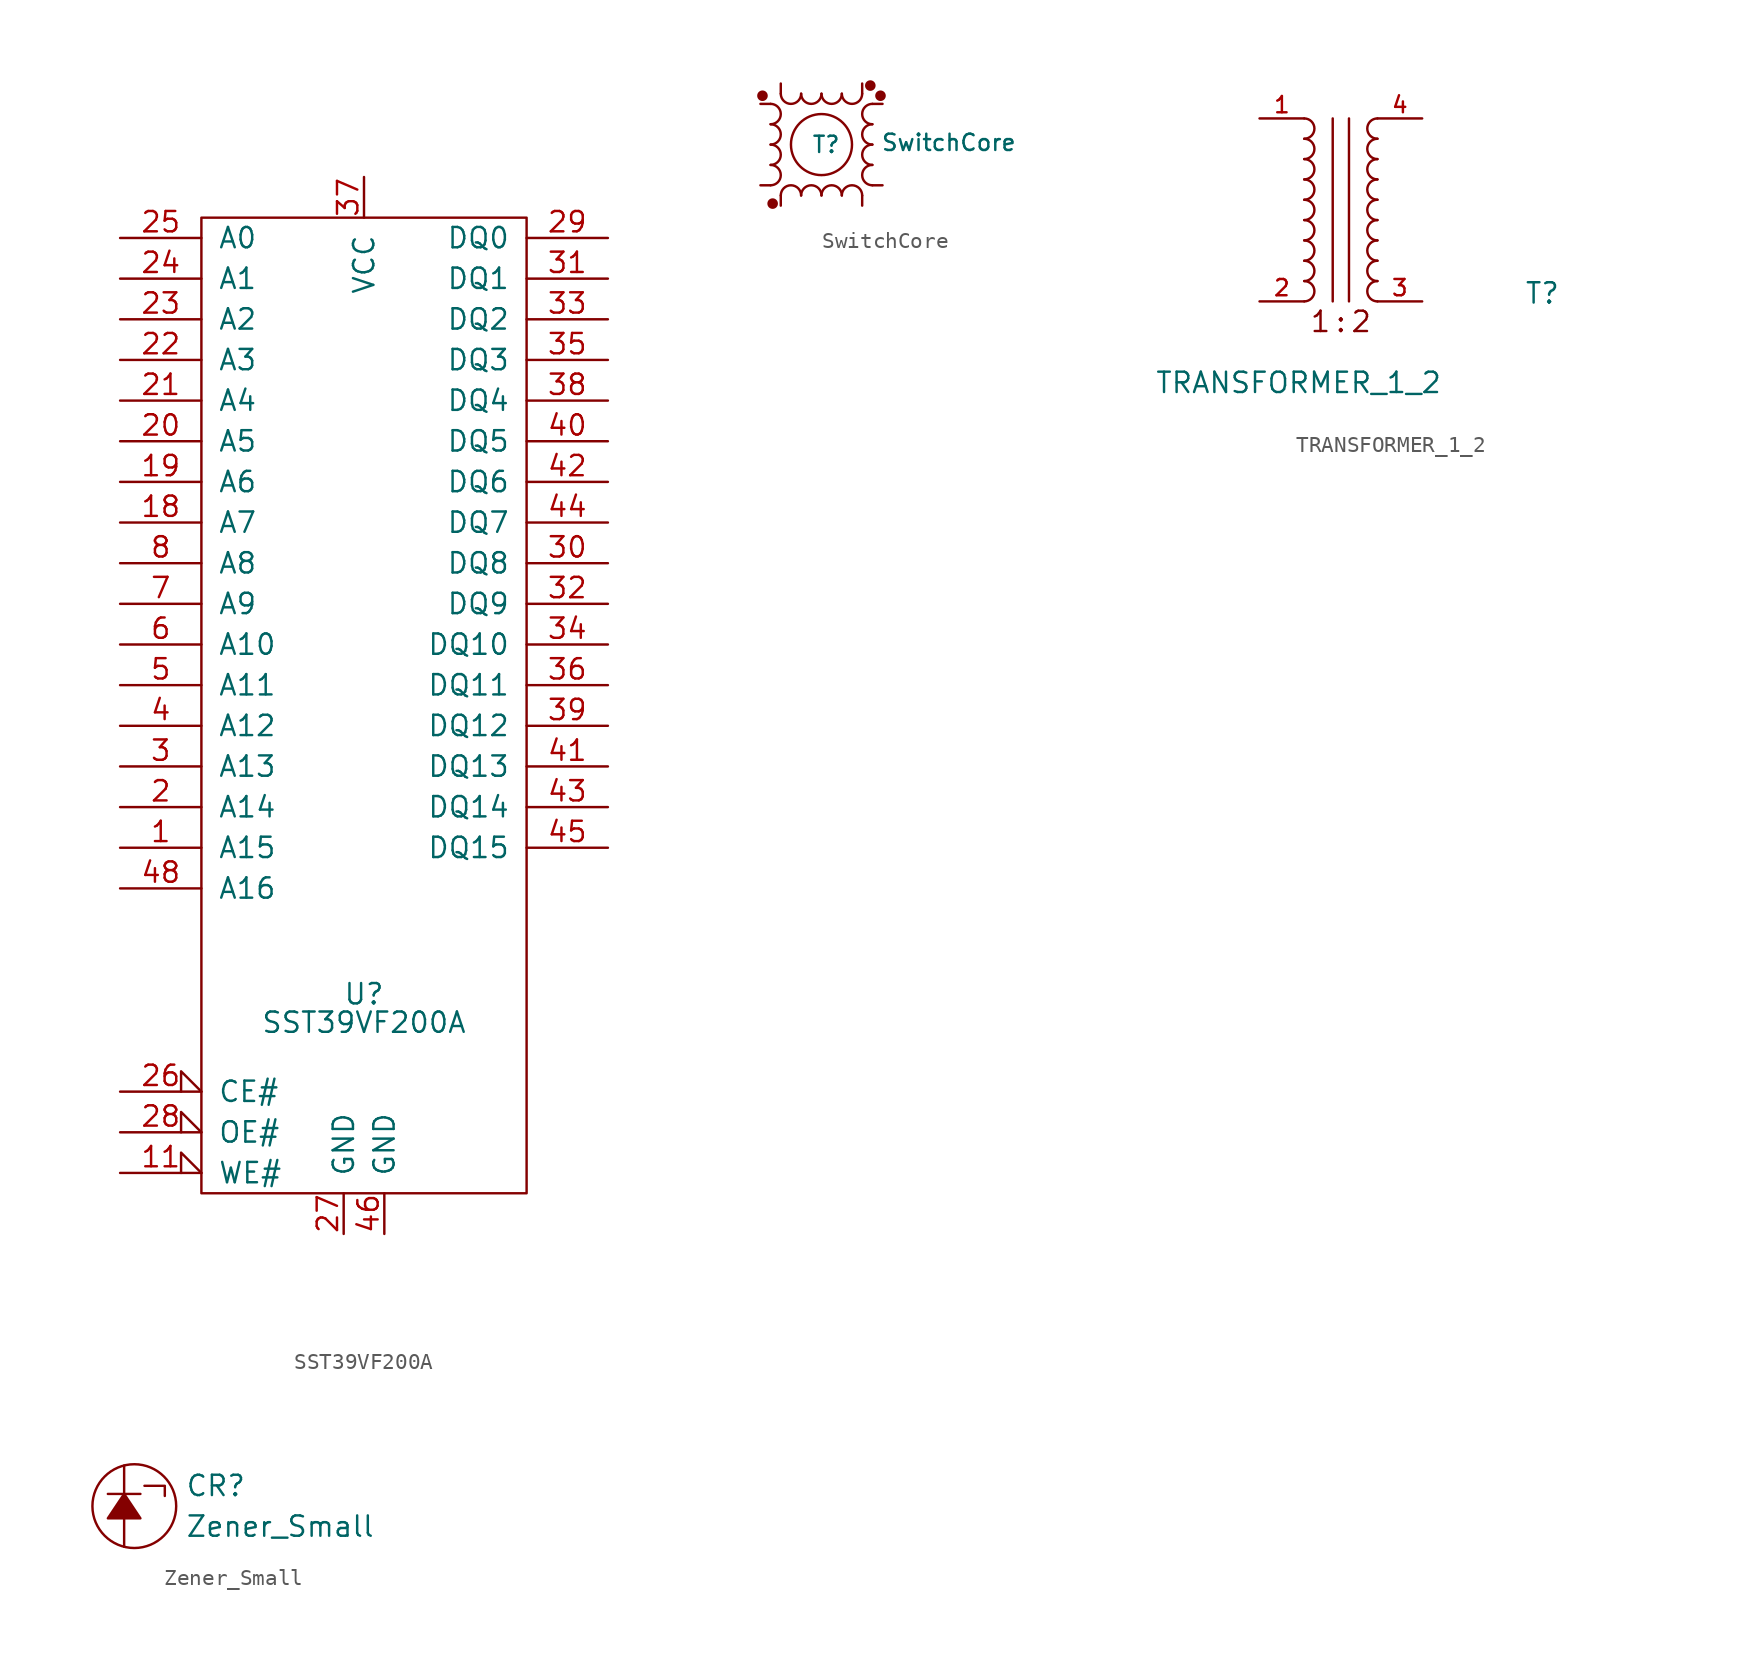
<source format=kicad_sym>
(kicad_symbol_lib
  (version 20211014)
  (generator kicad_symbol_editor)
  (symbol "SST39VF200A"
    (pin_names
      (offset 1.016))
    (property "Reference" "U"
      (at 0 -16.764 0)
      (effects (font (size 1.27 1.27))))
    (property "Value" "SST39VF200A"
      (at 0 -18.542 0)
      (effects (font (size 1.27 1.27))))
    (property "Footprint" ""
      (at 0 7.62 0)
      (effects (font (size 1.524 1.524))))
    (property "Datasheet" ""
      (at 0 7.62 0)
      (effects (font (size 1.524 1.524))))
    (symbol "SST39VF200A_0_0"
      (pin power_in line (at -1.27 -31.75 90) (length 2.54) (name "GND" (effects (font (size 1.27 1.27)))) (number "27" (effects (font (size 1.27 1.27)))))
      (pin power_in line (at 0 34.29 270) (length 2.54) (name "VCC" (effects (font (size 1.27 1.27)))) (number "37" (effects (font (size 1.27 1.27)))))
      (pin power_in line (at 1.27 -31.75 90) (length 2.54) (name "GND" (effects (font (size 1.27 1.27)))) (number "46" (effects (font (size 1.27 1.27))))))
    (symbol "SST39VF200A_0_1"
      (rectangle (start -10.16 31.75) (end 10.16 -29.21) (stroke (width 0) (type default) (color 0 0 0 0)) (fill (type none))))
    (symbol "SST39VF200A_1_1"
      (pin input line (at -15.24 -7.62 0) (length 5.08) (name "A15" (effects (font (size 1.27 1.27)))) (number "1" (effects (font (size 1.27 1.27)))))
      (pin no_connect line (at 10.16 -12.065 180) (length 0) hide (name "NC" (effects (font (size 1.27 1.27)))) (number "10" (effects (font (size 1.27 1.27)))))
      (pin input input_low (at -15.24 -27.94 0) (length 5.08) (name "WE#" (effects (font (size 1.27 1.27)))) (number "11" (effects (font (size 1.27 1.27)))))
      (pin no_connect line (at 10.16 -13.97 180) (length 0) hide (name "NC" (effects (font (size 1.27 1.27)))) (number "12" (effects (font (size 1.27 1.27)))))
      (pin no_connect line (at 10.16 -15.875 180) (length 0) hide (name "NC" (effects (font (size 1.27 1.27)))) (number "13" (effects (font (size 1.27 1.27)))))
      (pin no_connect line (at 10.16 -17.78 180) (length 0) hide (name "NC" (effects (font (size 1.27 1.27)))) (number "14" (effects (font (size 1.27 1.27)))))
      (pin no_connect line (at 10.16 -19.685 180) (length 0) hide (name "NC" (effects (font (size 1.27 1.27)))) (number "15" (effects (font (size 1.27 1.27)))))
      (pin no_connect line (at 10.16 -21.59 180) (length 0) hide (name "NC" (effects (font (size 1.27 1.27)))) (number "16" (effects (font (size 1.27 1.27)))))
      (pin no_connect line (at 10.16 -23.495 180) (length 0) hide (name "NC" (effects (font (size 1.27 1.27)))) (number "17" (effects (font (size 1.27 1.27)))))
      (pin input line (at -15.24 12.7 0) (length 5.08) (name "A7" (effects (font (size 1.27 1.27)))) (number "18" (effects (font (size 1.27 1.27)))))
      (pin input line (at -15.24 15.24 0) (length 5.08) (name "A6" (effects (font (size 1.27 1.27)))) (number "19" (effects (font (size 1.27 1.27)))))
      (pin input line (at -15.24 -5.08 0) (length 5.08) (name "A14" (effects (font (size 1.27 1.27)))) (number "2" (effects (font (size 1.27 1.27)))))
      (pin input line (at -15.24 17.78 0) (length 5.08) (name "A5" (effects (font (size 1.27 1.27)))) (number "20" (effects (font (size 1.27 1.27)))))
      (pin input line (at -15.24 20.32 0) (length 5.08) (name "A4" (effects (font (size 1.27 1.27)))) (number "21" (effects (font (size 1.27 1.27)))))
      (pin input line (at -15.24 22.86 0) (length 5.08) (name "A3" (effects (font (size 1.27 1.27)))) (number "22" (effects (font (size 1.27 1.27)))))
      (pin input line (at -15.24 25.4 0) (length 5.08) (name "A2" (effects (font (size 1.27 1.27)))) (number "23" (effects (font (size 1.27 1.27)))))
      (pin input line (at -15.24 27.94 0) (length 5.08) (name "A1" (effects (font (size 1.27 1.27)))) (number "24" (effects (font (size 1.27 1.27)))))
      (pin input line (at -15.24 30.48 0) (length 5.08) (name "A0" (effects (font (size 1.27 1.27)))) (number "25" (effects (font (size 1.27 1.27)))))
      (pin input input_low (at -15.24 -22.86 0) (length 5.08) (name "CE#" (effects (font (size 1.27 1.27)))) (number "26" (effects (font (size 1.27 1.27)))))
      (pin input input_low (at -15.24 -25.4 0) (length 5.08) (name "OE#" (effects (font (size 1.27 1.27)))) (number "28" (effects (font (size 1.27 1.27)))))
      (pin tri_state line (at 15.24 30.48 180) (length 5.08) (name "DQ0" (effects (font (size 1.27 1.27)))) (number "29" (effects (font (size 1.27 1.27)))))
      (pin input line (at -15.24 -2.54 0) (length 5.08) (name "A13" (effects (font (size 1.27 1.27)))) (number "3" (effects (font (size 1.27 1.27)))))
      (pin tri_state line (at 15.24 10.16 180) (length 5.08) (name "DQ8" (effects (font (size 1.27 1.27)))) (number "30" (effects (font (size 1.27 1.27)))))
      (pin tri_state line (at 15.24 27.94 180) (length 5.08) (name "DQ1" (effects (font (size 1.27 1.27)))) (number "31" (effects (font (size 1.27 1.27)))))
      (pin tri_state line (at 15.24 7.62 180) (length 5.08) (name "DQ9" (effects (font (size 1.27 1.27)))) (number "32" (effects (font (size 1.27 1.27)))))
      (pin tri_state line (at 15.24 25.4 180) (length 5.08) (name "DQ2" (effects (font (size 1.27 1.27)))) (number "33" (effects (font (size 1.27 1.27)))))
      (pin tri_state line (at 15.24 5.08 180) (length 5.08) (name "DQ10" (effects (font (size 1.27 1.27)))) (number "34" (effects (font (size 1.27 1.27)))))
      (pin tri_state line (at 15.24 22.86 180) (length 5.08) (name "DQ3" (effects (font (size 1.27 1.27)))) (number "35" (effects (font (size 1.27 1.27)))))
      (pin tri_state line (at 15.24 2.54 180) (length 5.08) (name "DQ11" (effects (font (size 1.27 1.27)))) (number "36" (effects (font (size 1.27 1.27)))))
      (pin tri_state line (at 15.24 20.32 180) (length 5.08) (name "DQ4" (effects (font (size 1.27 1.27)))) (number "38" (effects (font (size 1.27 1.27)))))
      (pin tri_state line (at 15.24 0 180) (length 5.08) (name "DQ12" (effects (font (size 1.27 1.27)))) (number "39" (effects (font (size 1.27 1.27)))))
      (pin input line (at -15.24 0 0) (length 5.08) (name "A12" (effects (font (size 1.27 1.27)))) (number "4" (effects (font (size 1.27 1.27)))))
      (pin tri_state line (at 15.24 17.78 180) (length 5.08) (name "DQ5" (effects (font (size 1.27 1.27)))) (number "40" (effects (font (size 1.27 1.27)))))
      (pin tri_state line (at 15.24 -2.54 180) (length 5.08) (name "DQ13" (effects (font (size 1.27 1.27)))) (number "41" (effects (font (size 1.27 1.27)))))
      (pin tri_state line (at 15.24 15.24 180) (length 5.08) (name "DQ6" (effects (font (size 1.27 1.27)))) (number "42" (effects (font (size 1.27 1.27)))))
      (pin tri_state line (at 15.24 -5.08 180) (length 5.08) (name "DQ14" (effects (font (size 1.27 1.27)))) (number "43" (effects (font (size 1.27 1.27)))))
      (pin tri_state line (at 15.24 12.7 180) (length 5.08) (name "DQ7" (effects (font (size 1.27 1.27)))) (number "44" (effects (font (size 1.27 1.27)))))
      (pin tri_state line (at 15.24 -7.62 180) (length 5.08) (name "DQ15" (effects (font (size 1.27 1.27)))) (number "45" (effects (font (size 1.27 1.27)))))
      (pin no_connect line (at 10.16 -25.4 180) (length 0) hide (name "NC" (effects (font (size 1.27 1.27)))) (number "47" (effects (font (size 1.27 1.27)))))
      (pin input line (at -15.24 -10.16 0) (length 5.08) (name "A16" (effects (font (size 1.27 1.27)))) (number "48" (effects (font (size 1.27 1.27)))))
      (pin input line (at -15.24 2.54 0) (length 5.08) (name "A11" (effects (font (size 1.27 1.27)))) (number "5" (effects (font (size 1.27 1.27)))))
      (pin input line (at -15.24 5.08 0) (length 5.08) (name "A10" (effects (font (size 1.27 1.27)))) (number "6" (effects (font (size 1.27 1.27)))))
      (pin input line (at -15.24 7.62 0) (length 5.08) (name "A9" (effects (font (size 1.27 1.27)))) (number "7" (effects (font (size 1.27 1.27)))))
      (pin input line (at -15.24 10.16 0) (length 5.08) (name "A8" (effects (font (size 1.27 1.27)))) (number "8" (effects (font (size 1.27 1.27)))))
      (pin no_connect line (at 10.16 -10.16 180) (length 0) hide (name "NC" (effects (font (size 1.27 1.27)))) (number "9" (effects (font (size 1.27 1.27)))))))
  (symbol "SwitchCore"
    (pin_numbers hide)
    (pin_names
      (offset 0.254) hide)
    (property "Reference" "T"
      (at -0.635 0 0)
      (effects (font (size 1.016 1.016)) (justify left)))
    (property "Value" "SwitchCore"
      (at 3.683 0.127 0)
      (effects (font (size 1.016 1.016)) (justify left)))
    (property "Footprint" ""
      (at 0 -1.27 90)
      (effects (font (size 1.524 1.524))))
    (property "Datasheet" ""
      (at 0 -1.27 90)
      (effects (font (size 1.524 1.524))))
    (symbol "SwitchCore_0_1"
      (circle (center -3.683 3.048) (radius 0.254) (stroke (width 0) (type default) (color 0 0 0 0)) (fill (type outline)))
      (arc (start -3.175 -2.54) (mid -2.54 -1.905) (end -3.175 -1.27) (stroke (width 0) (type default) (color 0 0 0 0)) (fill (type none)))
      (arc (start -3.175 -1.27) (mid -2.54 -0.635) (end -3.175 0) (stroke (width 0) (type default) (color 0 0 0 0)) (fill (type none)))
      (arc (start -3.175 0) (mid -2.54 0.635) (end -3.175 1.27) (stroke (width 0) (type default) (color 0 0 0 0)) (fill (type none)))
      (arc (start -3.175 1.27) (mid -2.54 1.905) (end -3.175 2.54) (stroke (width 0) (type default) (color 0 0 0 0)) (fill (type none)))
      (circle (center -3.048 -3.683) (radius 0.254) (stroke (width 0) (type default) (color 0 0 0 0)) (fill (type outline)))
      (arc (start -2.54 3.175) (mid -1.905 2.54) (end -1.27 3.175) (stroke (width 0) (type default) (color 0 0 0 0)) (fill (type none)))
      (arc (start -1.27 -3.175) (mid -1.905 -2.54) (end -2.54 -3.175) (stroke (width 0) (type default) (color 0 0 0 0)) (fill (type none)))
      (arc (start -1.27 3.175) (mid -0.635 2.54) (end 0 3.175) (stroke (width 0) (type default) (color 0 0 0 0)) (fill (type none)))
      (arc (start 0 -3.175) (mid -0.635 -2.54) (end -1.27 -3.175) (stroke (width 0) (type default) (color 0 0 0 0)) (fill (type none)))
      (circle (center 0 0) (radius 1.905) (stroke (width 0) (type default) (color 0 0 0 0)) (fill (type none)))
      (arc (start 0 3.175) (mid 0.635 2.54) (end 1.27 3.175) (stroke (width 0) (type default) (color 0 0 0 0)) (fill (type none)))
      (arc (start 1.27 -3.175) (mid 0.635 -2.54) (end 0 -3.175) (stroke (width 0) (type default) (color 0 0 0 0)) (fill (type none)))
      (arc (start 1.27 3.175) (mid 1.905 2.54) (end 2.54 3.175) (stroke (width 0) (type default) (color 0 0 0 0)) (fill (type none)))
      (arc (start 2.54 -3.175) (mid 1.905 -2.54) (end 1.27 -3.175) (stroke (width 0) (type default) (color 0 0 0 0)) (fill (type none)))
      (circle (center 3.048 3.683) (radius 0.254) (stroke (width 0) (type default) (color 0 0 0 0)) (fill (type outline)))
      (arc (start 3.175 -1.27) (mid 2.54 -1.905) (end 3.175 -2.54) (stroke (width 0) (type default) (color 0 0 0 0)) (fill (type none)))
      (arc (start 3.175 0) (mid 2.54 -0.635) (end 3.175 -1.27) (stroke (width 0) (type default) (color 0 0 0 0)) (fill (type none)))
      (arc (start 3.175 1.27) (mid 2.54 0.635) (end 3.175 0) (stroke (width 0) (type default) (color 0 0 0 0)) (fill (type none)))
      (arc (start 3.175 2.54) (mid 2.54 1.905) (end 3.175 1.27) (stroke (width 0) (type default) (color 0 0 0 0)) (fill (type none)))
      (circle (center 3.683 3.048) (radius 0.254) (stroke (width 0) (type default) (color 0 0 0 0)) (fill (type outline))))
    (symbol "SwitchCore_1_1"
      (pin passive line (at -3.81 -2.54 0) (length 0.635) (name "~" (effects (font (size 1.016 1.016)))) (number "1" (effects (font (size 1.016 1.016)))))
      (pin passive line (at -3.81 2.54 0) (length 0.635) (name "~" (effects (font (size 1.016 1.016)))) (number "2" (effects (font (size 1.016 1.016)))))
      (pin passive line (at -2.54 3.81 270) (length 0.635) (name "~" (effects (font (size 1.016 1.016)))) (number "3" (effects (font (size 1.016 1.016)))))
      (pin passive line (at 2.54 3.81 270) (length 0.635) (name "~" (effects (font (size 1.016 1.016)))) (number "4" (effects (font (size 1.016 1.016)))))
      (pin passive line (at 3.81 2.54 180) (length 0.635) (name "~" (effects (font (size 1.016 1.016)))) (number "5" (effects (font (size 1.016 1.016)))))
      (pin passive line (at 3.81 -2.54 180) (length 0.635) (name "~" (effects (font (size 1.016 1.016)))) (number "6" (effects (font (size 1.016 1.016)))))
      (pin passive line (at 2.54 -3.81 90) (length 0.635) (name "~" (effects (font (size 1.016 1.016)))) (number "7" (effects (font (size 1.016 1.016)))))
      (pin passive line (at -2.54 -3.81 90) (length 0.635) (name "~" (effects (font (size 1.016 1.016)))) (number "8" (effects (font (size 1.016 1.016)))))))
  (symbol "TRANSFORMER_1_2"
    (pin_names
      (offset 0) hide)
    (property "Reference" "T"
      (at 13.716 -5.842 0)
      (effects (font (size 1.27 1.27)) (justify right)))
    (property "Value" "TRANSFORMER_1_2"
      (at 6.35 -11.43 0)
      (effects (font (size 1.27 1.27)) (justify right)))
    (property "Footprint" ""
      (at 17.78 -1.27 0)
      (effects (font (size 0.737 0.737))))
    (property "Datasheet" ""
      (at 2.286 0 0)
      (effects (font (size 1.524 1.524))))
    (symbol "TRANSFORMER_1_2_0_0"
      (arc (start -2.286 -6.35) (mid -1.651 -5.715) (end -2.286 -5.08) (stroke (width 0) (type default) (color 0 0 0 0)) (fill (type none)))
      (arc (start -2.286 -5.08) (mid -1.651 -4.445) (end -2.286 -3.81) (stroke (width 0) (type default) (color 0 0 0 0)) (fill (type none)))
      (arc (start -2.286 -3.81) (mid -1.651 -3.175) (end -2.286 -2.54) (stroke (width 0) (type default) (color 0 0 0 0)) (fill (type none)))
      (arc (start -2.286 -2.54) (mid -1.651 -1.905) (end -2.286 -1.27) (stroke (width 0) (type default) (color 0 0 0 0)) (fill (type none)))
      (arc (start -2.286 -1.27) (mid -1.651 -0.635) (end -2.286 0) (stroke (width 0) (type default) (color 0 0 0 0)) (fill (type none)))
      (arc (start -2.286 0) (mid -1.651 0.635) (end -2.286 1.27) (stroke (width 0) (type default) (color 0 0 0 0)) (fill (type none)))
      (arc (start -2.286 1.27) (mid -1.651 1.905) (end -2.286 2.54) (stroke (width 0) (type default) (color 0 0 0 0)) (fill (type none)))
      (arc (start -2.286 2.54) (mid -1.651 3.175) (end -2.286 3.81) (stroke (width 0) (type default) (color 0 0 0 0)) (fill (type none)))
      (arc (start -2.286 3.81) (mid -1.651 4.445) (end -2.286 5.08) (stroke (width 0) (type default) (color 0 0 0 0)) (fill (type none)))
      (polyline (pts (xy -0.508 5.08) (xy -0.508 -6.35)) (stroke (width 0) (type default) (color 0 0 0 0)) (fill (type none)))
      (polyline (pts (xy 0.508 5.08) (xy 0.508 -6.35)) (stroke (width 0) (type default) (color 0 0 0 0)) (fill (type none)))
      (arc (start 2.286 -5.08) (mid 1.651 -5.715) (end 2.286 -6.35) (stroke (width 0) (type default) (color 0 0 0 0)) (fill (type none)))
      (arc (start 2.286 -3.81) (mid 1.651 -4.445) (end 2.286 -5.08) (stroke (width 0) (type default) (color 0 0 0 0)) (fill (type none)))
      (arc (start 2.286 -2.54) (mid 1.651 -3.175) (end 2.286 -3.81) (stroke (width 0) (type default) (color 0 0 0 0)) (fill (type none)))
      (arc (start 2.286 -1.27) (mid 1.651 -1.905) (end 2.286 -2.54) (stroke (width 0) (type default) (color 0 0 0 0)) (fill (type none)))
      (arc (start 2.286 0) (mid 1.651 -0.635) (end 2.286 -1.27) (stroke (width 0) (type default) (color 0 0 0 0)) (fill (type none)))
      (arc (start 2.286 1.27) (mid 1.651 0.635) (end 2.286 0) (stroke (width 0) (type default) (color 0 0 0 0)) (fill (type none)))
      (arc (start 2.286 2.54) (mid 1.651 1.905) (end 2.286 1.27) (stroke (width 0) (type default) (color 0 0 0 0)) (fill (type none)))
      (arc (start 2.286 3.81) (mid 1.651 3.175) (end 2.286 2.54) (stroke (width 0) (type default) (color 0 0 0 0)) (fill (type none)))
      (arc (start 2.286 5.08) (mid 1.651 4.445) (end 2.286 3.81) (stroke (width 0) (type default) (color 0 0 0 0)) (fill (type none)))
      (text "1" (at -1.27 -7.62 0) (effects (font (size 1.27 1.27))))
      (text "2" (at 1.27 -7.62 0) (effects (font (size 1.27 1.27))))
      (text ":" (at 0 -7.62 0) (effects (font (size 1.27 1.27)))))
    (symbol "TRANSFORMER_1_2_1_1"
      (pin passive line (at -5.08 5.08 0) (length 2.794) (name "~" (effects (font (size 1.27 1.27)))) (number "1" (effects (font (size 1.016 1.016)))))
      (pin passive line (at -5.08 -6.35 0) (length 2.794) (name "~" (effects (font (size 1.27 1.27)))) (number "2" (effects (font (size 1.016 1.016)))))
      (pin passive line (at 5.08 -6.35 180) (length 2.794) (name "~" (effects (font (size 1.27 1.27)))) (number "3" (effects (font (size 1.016 1.016)))))
      (pin passive line (at 5.08 5.08 180) (length 2.794) (name "~" (effects (font (size 1.27 1.27)))) (number "4" (effects (font (size 1.016 1.016)))))))
  (symbol "Zener_Small"
    (pin_numbers hide)
    (pin_names
      (offset 0.254) hide)
    (property "Reference" "CR"
      (at 3.81 1.27 0)
      (effects (font (size 1.27 1.27)) (justify left)))
    (property "Value" "Zener_Small"
      (at 3.81 -1.27 0)
      (effects (font (size 1.27 1.27)) (justify left)))
    (property "Footprint" ""
      (at 0 0 0)
      (effects (font (size 1.524 1.524))))
    (property "Datasheet" ""
      (at 0 0 0)
      (effects (font (size 1.524 1.524))))
    (symbol "Zener_Small_0_1"
      (polyline (pts (xy -1.016 0.762) (xy 1.016 0.762)) (stroke (width 0) (type default) (color 0 0 0 0)) (fill (type none)))
      (polyline (pts (xy 1.27 1.27) (xy 2.54 1.27) (xy 2.54 0.635)) (stroke (width 0) (type default) (color 0 0 0 0)) (fill (type none)))
      (polyline (pts (xy -1.016 -0.762) (xy 0 0.762) (xy 1.016 -0.762) (xy -1.016 -0.762)) (stroke (width 0) (type default) (color 0 0 0 0)) (fill (type outline)))
      (circle (center 0.635 0) (radius 2.616) (stroke (width 0) (type default) (color 0 0 0 0)) (fill (type none))))
    (symbol "Zener_Small_1_1"
      (pin passive line (at 0 2.54 270) (length 1.778) (name "K" (effects (font (size 1.27 1.27)))) (number "1" (effects (font (size 1.27 1.27)))))
      (pin passive line (at 0 -2.54 90) (length 1.778) (name "A" (effects (font (size 1.27 1.27)))) (number "2" (effects (font (size 1.27 1.27))))))))
</source>
